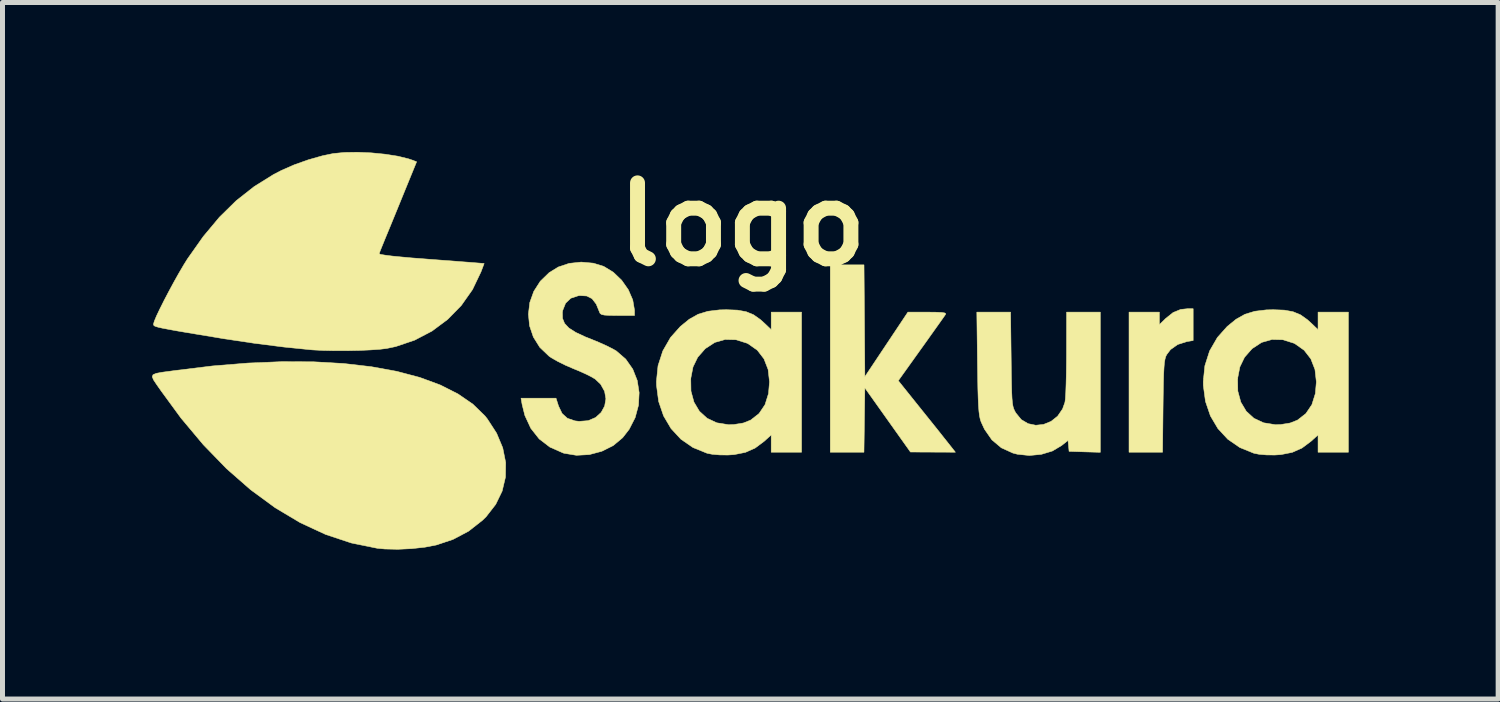
<source format=kicad_pcb>
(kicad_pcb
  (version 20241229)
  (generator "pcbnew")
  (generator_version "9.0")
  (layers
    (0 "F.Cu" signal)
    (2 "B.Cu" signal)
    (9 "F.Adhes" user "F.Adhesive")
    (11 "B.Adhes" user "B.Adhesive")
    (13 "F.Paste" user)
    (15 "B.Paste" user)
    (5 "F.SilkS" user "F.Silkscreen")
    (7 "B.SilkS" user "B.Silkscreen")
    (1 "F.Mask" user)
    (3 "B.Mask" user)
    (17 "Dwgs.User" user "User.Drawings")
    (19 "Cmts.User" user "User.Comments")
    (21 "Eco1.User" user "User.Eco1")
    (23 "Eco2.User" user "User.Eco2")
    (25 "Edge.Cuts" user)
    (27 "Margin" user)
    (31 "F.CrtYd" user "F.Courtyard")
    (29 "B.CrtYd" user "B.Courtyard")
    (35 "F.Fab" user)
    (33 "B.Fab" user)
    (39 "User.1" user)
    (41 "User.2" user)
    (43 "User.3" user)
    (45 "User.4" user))
  (footprint "logo"
    (layer "F.Cu")
    (at 11.883 3.958)
    (property "Reference" "logo" (at -0.036 -2.504 0) (layer "F.SilkS") (effects (font (size 1.524 1.524) (thickness 0.3))))
    (attr through_hole)
    (fp_poly (pts (xy 9.009 -0.175) (xy 8.879 -0.153) (xy 8.698 -0.095) (xy 8.554 0.007) (xy 8.477 0.109) (xy 8.458 0.149) (xy 8.444 0.2) (xy 8.432 0.271) (xy 8.424 0.369) (xy 8.417 0.503) (xy 8.412 0.682) (xy 8.408 0.913) (xy 8.405 1.143) (xy 8.395 2.066) (xy 7.722 2.066) (xy 7.722 -0.745) (xy 8.331 -0.745) (xy 8.331 -0.494) (xy 8.458 -0.618) (xy 8.607 -0.737) (xy 8.758 -0.799) (xy 8.892 -0.813) (xy 9.009 -0.813) (xy 9.009 -0.175)) (stroke (width 0.01) (type solid)) (fill yes) (layer "F.SilkS"))
    (fp_poly (pts (xy 2.413 -0.571) (xy 2.421 0.551) (xy 2.853 -0.097) (xy 3.285 -0.745) (xy 3.677 -0.745) (xy 3.849 -0.743) (xy 3.963 -0.738) (xy 4.025 -0.728) (xy 4.045 -0.712) (xy 4.042 -0.703) (xy 4.016 -0.664) (xy 3.956 -0.579) (xy 3.868 -0.455) (xy 3.758 -0.301) (xy 3.633 -0.125) (xy 3.554 -0.015) (xy 3.092 0.631) (xy 3.511 1.154) (xy 3.652 1.33) (xy 3.791 1.503) (xy 3.916 1.659) (xy 4.017 1.787) (xy 4.084 1.871) (xy 4.238 2.066) (xy 3.787 2.064) (xy 3.336 2.062) (xy 2.879 1.419) (xy 2.421 0.775) (xy 2.412 1.42) (xy 2.403 2.066) (xy 1.727 2.066) (xy 1.727 -1.693) (xy 2.404 -1.693) (xy 2.413 -0.571)) (stroke (width 0.01) (type solid)) (fill yes) (layer "F.SilkS"))
    (fp_poly (pts (xy -8.637 0.252) (xy -8.038 0.286) (xy -7.483 0.35) (xy -6.973 0.443) (xy -6.511 0.565) (xy -6.101 0.716) (xy -5.744 0.896) (xy -5.443 1.103) (xy -5.202 1.338) (xy -5.154 1.398) (xy -4.968 1.685) (xy -4.845 1.979) (xy -4.786 2.274) (xy -4.79 2.565) (xy -4.857 2.847) (xy -4.986 3.113) (xy -5.177 3.359) (xy -5.255 3.435) (xy -5.532 3.652) (xy -5.841 3.815) (xy -6.179 3.928) (xy -6.407 3.972) (xy -6.673 4.001) (xy -6.95 4.014) (xy -7.211 4.008) (xy -7.361 3.994) (xy -7.882 3.888) (xy -8.398 3.717) (xy -8.909 3.48) (xy -9.412 3.18) (xy -9.904 2.819) (xy -10.385 2.398) (xy -10.852 1.917) (xy -11.302 1.38) (xy -11.698 0.839) (xy -11.79 0.708) (xy -11.852 0.615) (xy -11.878 0.552) (xy -11.862 0.511) (xy -11.799 0.484) (xy -11.683 0.462) (xy -11.509 0.439) (xy -11.413 0.426) (xy -10.667 0.335) (xy -9.954 0.277) (xy -9.277 0.249) (xy -8.637 0.252)) (stroke (width 0.01) (type solid)) (fill yes) (layer "F.SilkS"))
    (fp_poly (pts (xy 5.357 0.195) (xy 5.36 0.472) (xy 5.364 0.69) (xy 5.368 0.857) (xy 5.374 0.983) (xy 5.382 1.075) (xy 5.393 1.142) (xy 5.408 1.193) (xy 5.427 1.236) (xy 5.45 1.277) (xy 5.56 1.412) (xy 5.697 1.493) (xy 5.851 1.525) (xy 6.008 1.508) (xy 6.158 1.447) (xy 6.289 1.343) (xy 6.388 1.199) (xy 6.436 1.064) (xy 6.445 0.994) (xy 6.453 0.866) (xy 6.459 0.694) (xy 6.464 0.487) (xy 6.467 0.257) (xy 6.468 0.093) (xy 6.469 -0.745) (xy 7.146 -0.745) (xy 7.146 2.068) (xy 6.833 2.059) (xy 6.519 2.049) (xy 6.509 1.939) (xy 6.498 1.829) (xy 6.369 1.932) (xy 6.184 2.042) (xy 5.962 2.109) (xy 5.722 2.132) (xy 5.483 2.107) (xy 5.391 2.083) (xy 5.16 1.978) (xy 4.97 1.818) (xy 4.821 1.604) (xy 4.753 1.456) (xy 4.736 1.403) (xy 4.722 1.337) (xy 4.711 1.251) (xy 4.702 1.136) (xy 4.695 0.983) (xy 4.689 0.787) (xy 4.685 0.537) (xy 4.681 0.279) (xy 4.668 -0.745) (xy 5.345 -0.745) (xy 5.357 0.195)) (stroke (width 0.01) (type solid)) (fill yes) (layer "F.SilkS"))
    (fp_poly (pts (xy -0.135 -0.785) (xy 0.04 -0.753) (xy 0.188 -0.692) (xy 0.328 -0.593) (xy 0.415 -0.514) (xy 0.542 -0.393) (xy 0.542 -0.745) (xy 1.151 -0.745) (xy 1.151 2.066) (xy 0.542 2.066) (xy 0.542 1.719) (xy 0.402 1.846) (xy 0.22 1.982) (xy 0.025 2.069) (xy -0.202 2.114) (xy -0.322 2.122) (xy -0.485 2.121) (xy -0.638 2.108) (xy -0.745 2.087) (xy -1.028 1.972) (xy -1.27 1.805) (xy -1.468 1.591) (xy -1.618 1.337) (xy -1.717 1.047) (xy -1.759 0.727) (xy -1.761 0.649) (xy -1.755 0.586) (xy -1.072 0.586) (xy -1.068 0.84) (xy -1.008 1.061) (xy -0.899 1.244) (xy -0.744 1.385) (xy -0.55 1.476) (xy -0.32 1.513) (xy -0.215 1.512) (xy -0.017 1.48) (xy 0.129 1.422) (xy 0.298 1.29) (xy 0.418 1.112) (xy 0.488 0.889) (xy 0.508 0.655) (xy 0.48 0.406) (xy 0.397 0.193) (xy 0.264 0.02) (xy 0.081 -0.109) (xy 0.055 -0.122) (xy -0.166 -0.191) (xy -0.383 -0.196) (xy -0.589 -0.137) (xy -0.775 -0.016) (xy -0.784 -0.009) (xy -0.933 0.161) (xy -1.027 0.355) (xy -1.072 0.586) (xy -1.755 0.586) (xy -1.729 0.331) (xy -1.633 0.034) (xy -1.478 -0.236) (xy -1.281 -0.457) (xy -1.103 -0.602) (xy -0.925 -0.702) (xy -0.728 -0.762) (xy -0.494 -0.79) (xy -0.356 -0.793) (xy -0.135 -0.785)) (stroke (width 0.01) (type solid)) (fill yes) (layer "F.SilkS"))
    (fp_poly (pts (xy 10.838 -0.785) (xy 11.013 -0.753) (xy 11.161 -0.692) (xy 11.301 -0.593) (xy 11.388 -0.514) (xy 11.515 -0.393) (xy 11.515 -0.745) (xy 12.124 -0.745) (xy 12.124 2.066) (xy 11.515 2.066) (xy 11.515 1.719) (xy 11.375 1.846) (xy 11.193 1.982) (xy 10.998 2.069) (xy 10.771 2.114) (xy 10.651 2.122) (xy 10.488 2.121) (xy 10.334 2.108) (xy 10.228 2.087) (xy 9.945 1.972) (xy 9.703 1.805) (xy 9.505 1.591) (xy 9.355 1.337) (xy 9.256 1.047) (xy 9.213 0.727) (xy 9.212 0.649) (xy 9.218 0.586) (xy 9.901 0.586) (xy 9.905 0.84) (xy 9.965 1.061) (xy 10.074 1.244) (xy 10.228 1.385) (xy 10.423 1.476) (xy 10.653 1.513) (xy 10.758 1.512) (xy 10.955 1.48) (xy 11.102 1.422) (xy 11.271 1.29) (xy 11.391 1.112) (xy 11.461 0.889) (xy 11.481 0.655) (xy 11.453 0.406) (xy 11.37 0.193) (xy 11.236 0.02) (xy 11.054 -0.109) (xy 11.028 -0.122) (xy 10.807 -0.191) (xy 10.59 -0.196) (xy 10.383 -0.137) (xy 10.198 -0.016) (xy 10.189 -0.009) (xy 10.04 0.161) (xy 9.946 0.355) (xy 9.901 0.586) (xy 9.218 0.586) (xy 9.244 0.331) (xy 9.339 0.034) (xy 9.495 -0.236) (xy 9.692 -0.457) (xy 9.87 -0.602) (xy 10.048 -0.702) (xy 10.245 -0.762) (xy 10.478 -0.79) (xy 10.617 -0.793) (xy 10.838 -0.785)) (stroke (width 0.01) (type solid)) (fill yes) (layer "F.SilkS"))
    (fp_poly (pts (xy -7.482 -3.941) (xy -7.206 -3.914) (xy -6.951 -3.874) (xy -6.736 -3.821) (xy -6.665 -3.797) (xy -6.573 -3.762) (xy -6.84 -3.109) (xy -6.928 -2.893) (xy -7.015 -2.68) (xy -7.095 -2.485) (xy -7.162 -2.323) (xy -7.21 -2.207) (xy -7.212 -2.201) (xy -7.262 -2.079) (xy -7.302 -1.98) (xy -7.323 -1.922) (xy -7.325 -1.915) (xy -7.295 -1.903) (xy -7.205 -1.888) (xy -7.065 -1.87) (xy -6.881 -1.852) (xy -6.663 -1.832) (xy -6.553 -1.824) (xy -6.311 -1.805) (xy -6.073 -1.787) (xy -5.854 -1.771) (xy -5.668 -1.756) (xy -5.531 -1.746) (xy -5.496 -1.743) (xy -5.218 -1.721) (xy -5.282 -1.552) (xy -5.452 -1.197) (xy -5.677 -0.878) (xy -5.95 -0.599) (xy -6.264 -0.365) (xy -6.614 -0.182) (xy -6.993 -0.054) (xy -7.173 -0.016) (xy -7.313 0.001) (xy -7.504 0.014) (xy -7.73 0.024) (xy -7.974 0.029) (xy -8.219 0.029) (xy -8.449 0.024) (xy -8.647 0.014) (xy -8.687 0.011) (xy -9.231 -0.044) (xy -9.823 -0.119) (xy -10.445 -0.212) (xy -10.617 -0.241) (xy -10.937 -0.294) (xy -11.196 -0.337) (xy -11.401 -0.372) (xy -11.558 -0.401) (xy -11.674 -0.423) (xy -11.755 -0.441) (xy -11.806 -0.456) (xy -11.836 -0.469) (xy -11.849 -0.483) (xy -11.853 -0.497) (xy -11.853 -0.506) (xy -11.836 -0.564) (xy -11.792 -0.67) (xy -11.724 -0.812) (xy -11.64 -0.98) (xy -11.544 -1.163) (xy -11.443 -1.35) (xy -11.342 -1.53) (xy -11.246 -1.693) (xy -11.172 -1.812) (xy -10.855 -2.261) (xy -10.531 -2.649) (xy -10.193 -2.981) (xy -9.832 -3.265) (xy -9.445 -3.506) (xy -9.287 -3.588) (xy -9.032 -3.7) (xy -8.748 -3.801) (xy -8.463 -3.882) (xy -8.247 -3.927) (xy -8.021 -3.949) (xy -7.76 -3.953) (xy -7.482 -3.941)) (stroke (width 0.01) (type solid)) (fill yes) (layer "F.SilkS"))
    (fp_poly (pts (xy -3.026 -1.727) (xy -2.819 -1.663) (xy -2.627 -1.546) (xy -2.459 -1.385) (xy -2.325 -1.194) (xy -2.236 -0.989) (xy -2.201 -0.784) (xy -2.201 -0.773) (xy -2.201 -0.677) (xy -2.541 -0.677) (xy -2.698 -0.679) (xy -2.801 -0.685) (xy -2.86 -0.697) (xy -2.89 -0.717) (xy -2.9 -0.737) (xy -2.969 -0.906) (xy -3.053 -1.015) (xy -3.16 -1.069) (xy -3.299 -1.077) (xy -3.33 -1.073) (xy -3.479 -1.024) (xy -3.584 -0.924) (xy -3.642 -0.778) (xy -3.648 -0.736) (xy -3.645 -0.619) (xy -3.604 -0.518) (xy -3.518 -0.426) (xy -3.38 -0.338) (xy -3.185 -0.247) (xy -3.078 -0.205) (xy -2.915 -0.138) (xy -2.759 -0.068) (xy -2.631 -0.003) (xy -2.568 0.033) (xy -2.377 0.198) (xy -2.236 0.399) (xy -2.146 0.627) (xy -2.108 0.871) (xy -2.121 1.123) (xy -2.188 1.372) (xy -2.309 1.608) (xy -2.439 1.775) (xy -2.628 1.933) (xy -2.857 2.047) (xy -3.108 2.114) (xy -3.367 2.128) (xy -3.616 2.087) (xy -3.636 2.08) (xy -3.899 1.964) (xy -4.114 1.799) (xy -4.282 1.586) (xy -4.401 1.329) (xy -4.456 1.109) (xy -4.478 0.982) (xy -4.127 0.982) (xy -3.776 0.982) (xy -3.725 1.141) (xy -3.654 1.289) (xy -3.548 1.385) (xy -3.397 1.437) (xy -3.312 1.447) (xy -3.131 1.433) (xy -2.982 1.37) (xy -2.87 1.268) (xy -2.8 1.139) (xy -2.775 0.995) (xy -2.801 0.845) (xy -2.88 0.703) (xy -2.989 0.599) (xy -3.068 0.552) (xy -3.191 0.491) (xy -3.338 0.426) (xy -3.426 0.39) (xy -3.586 0.321) (xy -3.742 0.244) (xy -3.871 0.17) (xy -3.917 0.138) (xy -4.102 -0.039) (xy -4.231 -0.246) (xy -4.307 -0.471) (xy -4.33 -0.705) (xy -4.302 -0.938) (xy -4.222 -1.161) (xy -4.092 -1.364) (xy -3.914 -1.537) (xy -3.731 -1.65) (xy -3.513 -1.723) (xy -3.27 -1.749) (xy -3.026 -1.727)) (stroke (width 0.01) (type solid)) (fill yes) (layer "F.SilkS")))
  (gr_rect
    (start -3 -3)
    (end 27.012 10.977)
    (stroke (width 0.1) (type default))
    (fill no)
    (layer "Edge.Cuts")))
</source>
